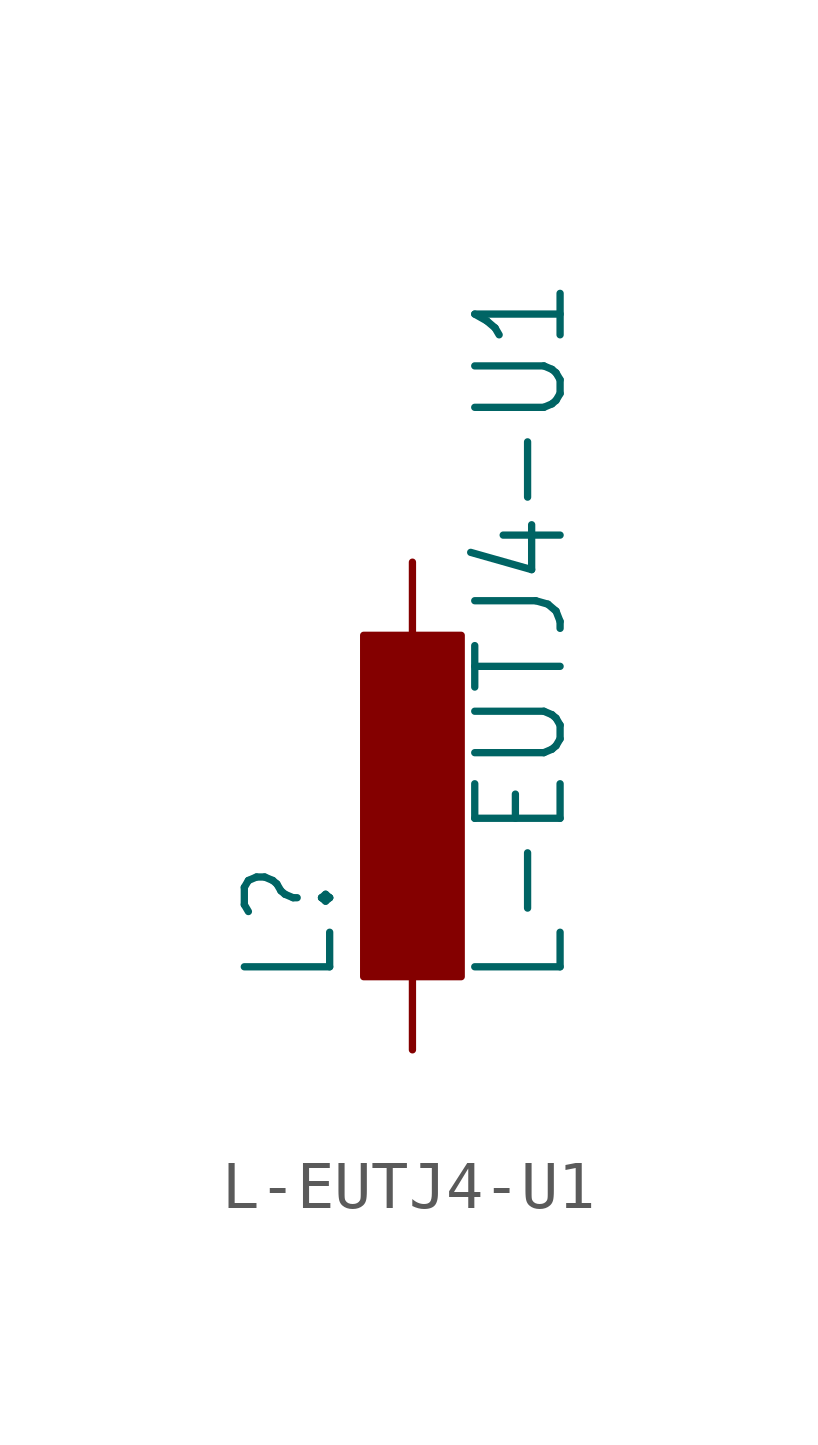
<source format=kicad_sym>
(kicad_symbol_lib
  (version 20211014)
  (generator kicad_symbol_editor)
  (symbol "L-EUTJ4-U1"
    (property "Reference" "L"
      (at -1.499 -3.81 90)
      (effects (font (size 1.778 1.511)) (justify left bottom)))
    (property "Value" "L-EUTJ4-U1"
      (at 3.302 -3.81 90)
      (effects (font (size 1.778 1.511)) (justify left bottom)))
    (property "ki_locked" ""
      (at 0 0 0)
      (effects (font (size 1.27 1.27))))
    (symbol "L-EUTJ4-U1_1_0"
      (rectangle (start -1.016 -3.556) (end 1.016 3.556) (stroke (width 0) (type default) (color 0 0 0 0)) (fill (type outline)))
      (pin passive line (at 0 5.08 270) (length 2.54) (name "1" (effects (font (size 0 0)))) (number "1" (effects (font (size 0 0)))))
      (pin passive line (at 0 -5.08 90) (length 2.54) (name "2" (effects (font (size 0 0)))) (number "2" (effects (font (size 0 0))))))))
</source>
